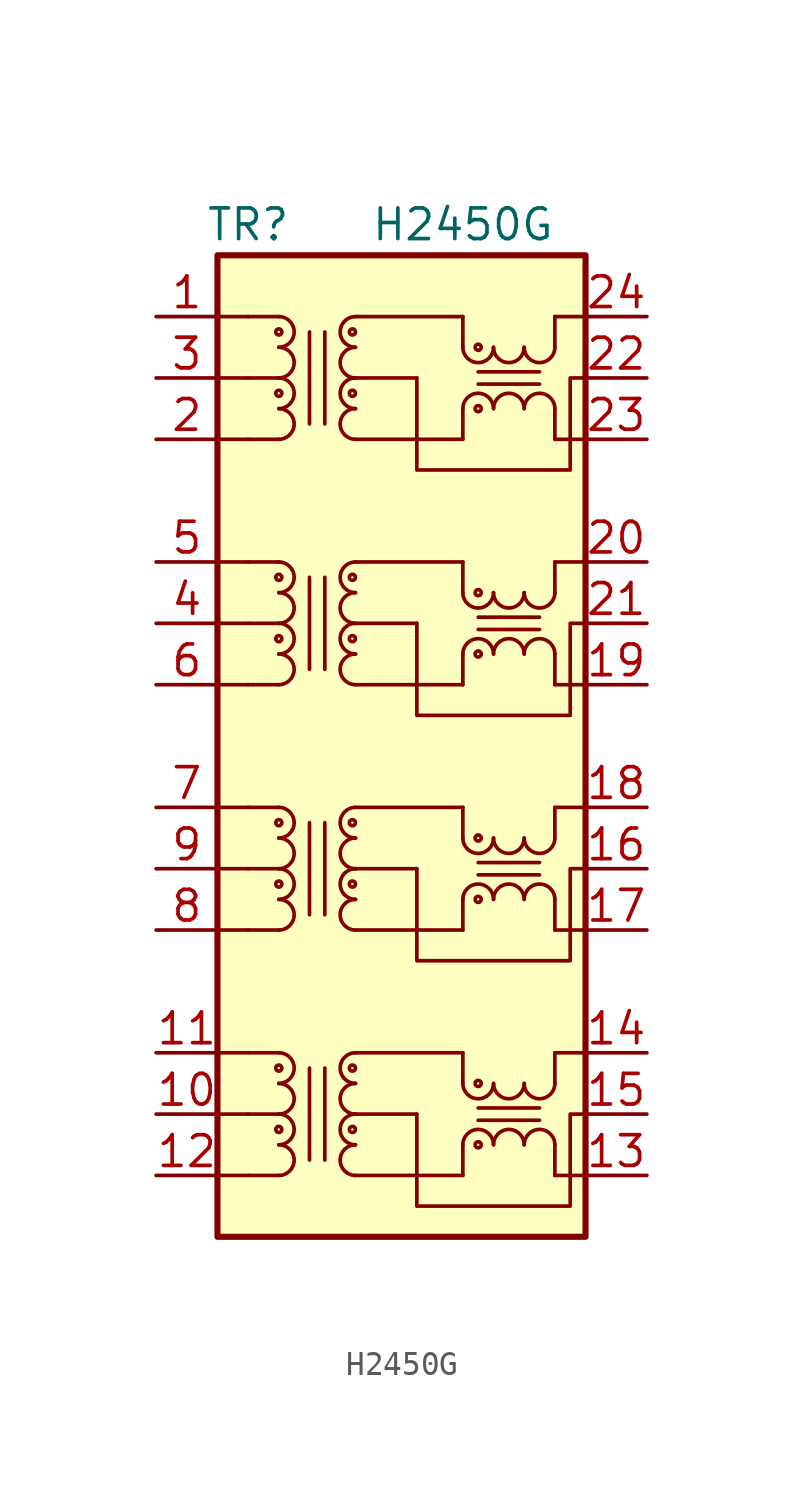
<source format=kicad_sym>
(kicad_symbol_lib
  (version 20211014)
  (generator kicad_symbol_editor)
  (symbol "H2450G"
    (pin_names
      (offset 1.016) hide)
    (property "Reference" "TR"
      (at -6.35 21.59 0)
      (effects (font (size 1.27 1.27))))
    (property "Value" "H2450G"
      (at 2.54 21.59 0)
      (effects (font (size 1.27 1.27))))
    (symbol "H2450G_0_1"
      (rectangle (start -7.62 20.32) (end 7.62 -20.32) (stroke (width 0.254) (type default) (color 0 0 0 0)) (fill (type background)))
      (polyline (pts (xy 2.54 -16.51) (xy 2.54 -17.78)) (stroke (width 0) (type default) (color 0 0 0 0)) (fill (type none)))
      (polyline (pts (xy 2.54 -12.7) (xy 2.54 -13.97)) (stroke (width 0) (type default) (color 0 0 0 0)) (fill (type none)))
      (polyline (pts (xy 2.54 -6.35) (xy 2.54 -7.62)) (stroke (width 0) (type default) (color 0 0 0 0)) (fill (type none)))
      (polyline (pts (xy 2.54 -2.54) (xy 2.54 -3.81)) (stroke (width 0) (type default) (color 0 0 0 0)) (fill (type none)))
      (polyline (pts (xy 2.54 3.81) (xy 2.54 2.54)) (stroke (width 0) (type default) (color 0 0 0 0)) (fill (type none)))
      (polyline (pts (xy 2.54 7.62) (xy 2.54 6.35)) (stroke (width 0) (type default) (color 0 0 0 0)) (fill (type none)))
      (polyline (pts (xy 2.54 13.97) (xy 2.54 12.7)) (stroke (width 0) (type default) (color 0 0 0 0)) (fill (type none)))
      (polyline (pts (xy 2.54 17.78) (xy 2.54 16.51)) (stroke (width 0) (type default) (color 0 0 0 0)) (fill (type none)))
      (polyline (pts (xy 6.35 -17.78) (xy 6.35 -16.51)) (stroke (width 0) (type default) (color 0 0 0 0)) (fill (type none)))
      (polyline (pts (xy 6.35 -13.97) (xy 6.35 -12.7)) (stroke (width 0) (type default) (color 0 0 0 0)) (fill (type none)))
      (polyline (pts (xy 6.35 -7.62) (xy 6.35 -6.35)) (stroke (width 0) (type default) (color 0 0 0 0)) (fill (type none)))
      (polyline (pts (xy 6.35 -3.81) (xy 6.35 -2.54)) (stroke (width 0) (type default) (color 0 0 0 0)) (fill (type none)))
      (polyline (pts (xy 6.35 2.54) (xy 6.35 3.81)) (stroke (width 0) (type default) (color 0 0 0 0)) (fill (type none)))
      (polyline (pts (xy 6.35 6.35) (xy 6.35 7.62)) (stroke (width 0) (type default) (color 0 0 0 0)) (fill (type none)))
      (polyline (pts (xy 6.35 12.7) (xy 6.35 13.97)) (stroke (width 0) (type default) (color 0 0 0 0)) (fill (type none)))
      (polyline (pts (xy 6.35 16.51) (xy 6.35 17.78)) (stroke (width 0) (type default) (color 0 0 0 0)) (fill (type none)))
      (polyline (pts (xy 7.62 15.24) (xy 7.62 15.24)) (stroke (width 0) (type default) (color 0 0 0 0)) (fill (type none)))
      (polyline (pts (xy 0.635 -15.24) (xy 0.635 -19.05) (xy 6.985 -19.05) (xy 6.985 -15.24) (xy 7.62 -15.24)) (stroke (width 0) (type default) (color 0 0 0 0)) (fill (type none)))
      (polyline (pts (xy 0.635 -5.08) (xy 0.635 -8.89) (xy 6.985 -8.89) (xy 6.985 -5.08) (xy 7.62 -5.08)) (stroke (width 0) (type default) (color 0 0 0 0)) (fill (type none)))
      (polyline (pts (xy 0.635 5.08) (xy 0.635 1.27) (xy 6.985 1.27) (xy 6.985 5.08) (xy 7.62 5.08)) (stroke (width 0) (type default) (color 0 0 0 0)) (fill (type none)))
      (polyline (pts (xy 0.635 15.24) (xy 0.635 11.43) (xy 6.985 11.43) (xy 6.985 15.24) (xy 7.62 15.24)) (stroke (width 0) (type default) (color 0 0 0 0)) (fill (type none)))
      (pin passive line (at -10.16 17.78 0) (length 2.54) (name "CT" (effects (font (size 1.27 1.27)))) (number "1" (effects (font (size 1.27 1.27)))))
      (pin passive line (at -10.16 -15.24 0) (length 2.54) (name "CT" (effects (font (size 1.27 1.27)))) (number "10" (effects (font (size 1.27 1.27)))))
      (pin passive line (at -10.16 -12.7 0) (length 2.54) (name "TD4+" (effects (font (size 1.27 1.27)))) (number "11" (effects (font (size 1.27 1.27)))))
      (pin passive line (at -10.16 -17.78 0) (length 2.54) (name "TD4-" (effects (font (size 1.27 1.27)))) (number "12" (effects (font (size 1.27 1.27)))))
      (pin passive line (at 10.16 -17.78 180) (length 2.54) (name "MX4-" (effects (font (size 1.27 1.27)))) (number "13" (effects (font (size 1.27 1.27)))))
      (pin passive line (at 10.16 -12.7 180) (length 2.54) (name "MX4+" (effects (font (size 1.27 1.27)))) (number "14" (effects (font (size 1.27 1.27)))))
      (pin passive line (at 10.16 -15.24 180) (length 2.54) (name "CT" (effects (font (size 1.27 1.27)))) (number "15" (effects (font (size 1.27 1.27)))))
      (pin passive line (at 10.16 -5.08 180) (length 2.54) (name "MX3-" (effects (font (size 1.27 1.27)))) (number "16" (effects (font (size 1.27 1.27)))))
      (pin passive line (at 10.16 -7.62 180) (length 2.54) (name "MX3+" (effects (font (size 1.27 1.27)))) (number "17" (effects (font (size 1.27 1.27)))))
      (pin passive line (at 10.16 -2.54 180) (length 2.54) (name "CT" (effects (font (size 1.27 1.27)))) (number "18" (effects (font (size 1.27 1.27)))))
      (pin passive line (at 10.16 2.54 180) (length 2.54) (name "MX2-" (effects (font (size 1.27 1.27)))) (number "19" (effects (font (size 1.27 1.27)))))
      (pin passive line (at -10.16 12.7 0) (length 2.54) (name "TD1+" (effects (font (size 1.27 1.27)))) (number "2" (effects (font (size 1.27 1.27)))))
      (pin passive line (at 10.16 7.62 180) (length 2.54) (name "MX2+" (effects (font (size 1.27 1.27)))) (number "20" (effects (font (size 1.27 1.27)))))
      (pin passive line (at 10.16 5.08 180) (length 2.54) (name "CT" (effects (font (size 1.27 1.27)))) (number "21" (effects (font (size 1.27 1.27)))))
      (pin passive line (at 10.16 15.24 180) (length 2.54) (name "MX1-" (effects (font (size 1.27 1.27)))) (number "22" (effects (font (size 1.27 1.27)))))
      (pin passive line (at 10.16 12.7 180) (length 2.54) (name "MX1+" (effects (font (size 1.27 1.27)))) (number "23" (effects (font (size 1.27 1.27)))))
      (pin passive line (at 10.16 17.78 180) (length 2.54) (name "CT" (effects (font (size 1.27 1.27)))) (number "24" (effects (font (size 1.27 1.27)))))
      (pin passive line (at -10.16 15.24 0) (length 2.54) (name "TD1-" (effects (font (size 1.27 1.27)))) (number "3" (effects (font (size 1.27 1.27)))))
      (pin passive line (at -10.16 5.08 0) (length 2.54) (name "CT" (effects (font (size 1.27 1.27)))) (number "4" (effects (font (size 1.27 1.27)))))
      (pin passive line (at -10.16 7.62 0) (length 2.54) (name "TD2+" (effects (font (size 1.27 1.27)))) (number "5" (effects (font (size 1.27 1.27)))))
      (pin passive line (at -10.16 2.54 0) (length 2.54) (name "TD2-" (effects (font (size 1.27 1.27)))) (number "6" (effects (font (size 1.27 1.27)))))
      (pin passive line (at -10.16 -2.54 0) (length 2.54) (name "CT" (effects (font (size 1.27 1.27)))) (number "7" (effects (font (size 1.27 1.27)))))
      (pin passive line (at -10.16 -7.62 0) (length 2.54) (name "TD3+" (effects (font (size 1.27 1.27)))) (number "8" (effects (font (size 1.27 1.27)))))
      (pin passive line (at -10.16 -5.08 0) (length 2.54) (name "TD3-" (effects (font (size 1.27 1.27)))) (number "9" (effects (font (size 1.27 1.27))))))
    (symbol "H2450G_1_1"
      (arc (start -5.08 -17.78) (mid -4.445 -17.145) (end -5.08 -16.51) (stroke (width 0) (type default) (color 0 0 0 0)) (fill (type none)))
      (arc (start -5.08 -16.51) (mid -4.445 -15.875) (end -5.08 -15.24) (stroke (width 0) (type default) (color 0 0 0 0)) (fill (type none)))
      (circle (center -5.08 -15.875) (radius 0.127) (stroke (width 0) (type default) (color 0 0 0 0)) (fill (type none)))
      (arc (start -5.08 -15.24) (mid -4.445 -14.605) (end -5.08 -13.97) (stroke (width 0) (type default) (color 0 0 0 0)) (fill (type none)))
      (arc (start -5.08 -13.97) (mid -4.445 -13.335) (end -5.08 -12.7) (stroke (width 0) (type default) (color 0 0 0 0)) (fill (type none)))
      (circle (center -5.08 -13.335) (radius 0.127) (stroke (width 0) (type default) (color 0 0 0 0)) (fill (type none)))
      (arc (start -5.08 -7.62) (mid -4.445 -6.985) (end -5.08 -6.35) (stroke (width 0) (type default) (color 0 0 0 0)) (fill (type none)))
      (arc (start -5.08 -6.35) (mid -4.445 -5.715) (end -5.08 -5.08) (stroke (width 0) (type default) (color 0 0 0 0)) (fill (type none)))
      (circle (center -5.08 -5.715) (radius 0.127) (stroke (width 0) (type default) (color 0 0 0 0)) (fill (type none)))
      (arc (start -5.08 -5.08) (mid -4.445 -4.445) (end -5.08 -3.81) (stroke (width 0) (type default) (color 0 0 0 0)) (fill (type none)))
      (arc (start -5.08 -3.81) (mid -4.445 -3.175) (end -5.08 -2.54) (stroke (width 0) (type default) (color 0 0 0 0)) (fill (type none)))
      (circle (center -5.08 -3.175) (radius 0.127) (stroke (width 0) (type default) (color 0 0 0 0)) (fill (type none)))
      (arc (start -5.08 2.54) (mid -4.445 3.175) (end -5.08 3.81) (stroke (width 0) (type default) (color 0 0 0 0)) (fill (type none)))
      (arc (start -5.08 3.81) (mid -4.445 4.445) (end -5.08 5.08) (stroke (width 0) (type default) (color 0 0 0 0)) (fill (type none)))
      (circle (center -5.08 4.445) (radius 0.127) (stroke (width 0) (type default) (color 0 0 0 0)) (fill (type none)))
      (arc (start -5.08 5.08) (mid -4.445 5.715) (end -5.08 6.35) (stroke (width 0) (type default) (color 0 0 0 0)) (fill (type none)))
      (arc (start -5.08 6.35) (mid -4.445 6.985) (end -5.08 7.62) (stroke (width 0) (type default) (color 0 0 0 0)) (fill (type none)))
      (circle (center -5.08 6.985) (radius 0.127) (stroke (width 0) (type default) (color 0 0 0 0)) (fill (type none)))
      (arc (start -5.08 12.7) (mid -4.445 13.335) (end -5.08 13.97) (stroke (width 0) (type default) (color 0 0 0 0)) (fill (type none)))
      (arc (start -5.08 13.97) (mid -4.445 14.605) (end -5.08 15.24) (stroke (width 0) (type default) (color 0 0 0 0)) (fill (type none)))
      (circle (center -5.08 14.605) (radius 0.127) (stroke (width 0) (type default) (color 0 0 0 0)) (fill (type none)))
      (arc (start -5.08 15.24) (mid -4.445 15.875) (end -5.08 16.51) (stroke (width 0) (type default) (color 0 0 0 0)) (fill (type none)))
      (arc (start -5.08 16.51) (mid -4.445 17.145) (end -5.08 17.78) (stroke (width 0) (type default) (color 0 0 0 0)) (fill (type none)))
      (circle (center -5.08 17.145) (radius 0.127) (stroke (width 0) (type default) (color 0 0 0 0)) (fill (type none)))
      (circle (center -2.032 -15.875) (radius 0.127) (stroke (width 0) (type default) (color 0 0 0 0)) (fill (type none)))
      (circle (center -2.032 -13.335) (radius 0.127) (stroke (width 0) (type default) (color 0 0 0 0)) (fill (type none)))
      (circle (center -2.032 -5.715) (radius 0.127) (stroke (width 0) (type default) (color 0 0 0 0)) (fill (type none)))
      (circle (center -2.032 -3.175) (radius 0.127) (stroke (width 0) (type default) (color 0 0 0 0)) (fill (type none)))
      (circle (center -2.032 4.445) (radius 0.127) (stroke (width 0) (type default) (color 0 0 0 0)) (fill (type none)))
      (circle (center -2.032 6.985) (radius 0.127) (stroke (width 0) (type default) (color 0 0 0 0)) (fill (type none)))
      (circle (center -2.032 14.605) (radius 0.127) (stroke (width 0) (type default) (color 0 0 0 0)) (fill (type none)))
      (circle (center -2.032 17.145) (radius 0.127) (stroke (width 0) (type default) (color 0 0 0 0)) (fill (type none)))
      (arc (start -1.905 -16.51) (mid -2.54 -17.145) (end -1.905 -17.78) (stroke (width 0) (type default) (color 0 0 0 0)) (fill (type none)))
      (arc (start -1.905 -15.24) (mid -2.54 -15.875) (end -1.905 -16.51) (stroke (width 0) (type default) (color 0 0 0 0)) (fill (type none)))
      (arc (start -1.905 -13.97) (mid -2.54 -14.605) (end -1.905 -15.24) (stroke (width 0) (type default) (color 0 0 0 0)) (fill (type none)))
      (arc (start -1.905 -12.7) (mid -2.54 -13.335) (end -1.905 -13.97) (stroke (width 0) (type default) (color 0 0 0 0)) (fill (type none)))
      (arc (start -1.905 -6.35) (mid -2.54 -6.985) (end -1.905 -7.62) (stroke (width 0) (type default) (color 0 0 0 0)) (fill (type none)))
      (arc (start -1.905 -5.08) (mid -2.54 -5.715) (end -1.905 -6.35) (stroke (width 0) (type default) (color 0 0 0 0)) (fill (type none)))
      (arc (start -1.905 -3.81) (mid -2.54 -4.445) (end -1.905 -5.08) (stroke (width 0) (type default) (color 0 0 0 0)) (fill (type none)))
      (arc (start -1.905 -2.54) (mid -2.54 -3.175) (end -1.905 -3.81) (stroke (width 0) (type default) (color 0 0 0 0)) (fill (type none)))
      (arc (start -1.905 3.81) (mid -2.54 3.175) (end -1.905 2.54) (stroke (width 0) (type default) (color 0 0 0 0)) (fill (type none)))
      (arc (start -1.905 5.08) (mid -2.54 4.445) (end -1.905 3.81) (stroke (width 0) (type default) (color 0 0 0 0)) (fill (type none)))
      (arc (start -1.905 6.35) (mid -2.54 5.715) (end -1.905 5.08) (stroke (width 0) (type default) (color 0 0 0 0)) (fill (type none)))
      (arc (start -1.905 7.62) (mid -2.54 6.985) (end -1.905 6.35) (stroke (width 0) (type default) (color 0 0 0 0)) (fill (type none)))
      (arc (start -1.905 13.97) (mid -2.54 13.335) (end -1.905 12.7) (stroke (width 0) (type default) (color 0 0 0 0)) (fill (type none)))
      (arc (start -1.905 15.24) (mid -2.54 14.605) (end -1.905 13.97) (stroke (width 0) (type default) (color 0 0 0 0)) (fill (type none)))
      (arc (start -1.905 16.51) (mid -2.54 15.875) (end -1.905 15.24) (stroke (width 0) (type default) (color 0 0 0 0)) (fill (type none)))
      (arc (start -1.905 17.78) (mid -2.54 17.145) (end -1.905 16.51) (stroke (width 0) (type default) (color 0 0 0 0)) (fill (type none)))
      (polyline (pts (xy -7.62 -17.78) (xy -6.35 -17.78)) (stroke (width 0) (type default) (color 0 0 0 0)) (fill (type none)))
      (polyline (pts (xy -7.62 -15.24) (xy -6.35 -15.24)) (stroke (width 0) (type default) (color 0 0 0 0)) (fill (type none)))
      (polyline (pts (xy -7.62 -12.7) (xy -6.35 -12.7)) (stroke (width 0) (type default) (color 0 0 0 0)) (fill (type none)))
      (polyline (pts (xy -7.62 -7.62) (xy -6.35 -7.62)) (stroke (width 0) (type default) (color 0 0 0 0)) (fill (type none)))
      (polyline (pts (xy -7.62 -5.08) (xy -6.35 -5.08)) (stroke (width 0) (type default) (color 0 0 0 0)) (fill (type none)))
      (polyline (pts (xy -7.62 -2.54) (xy -6.35 -2.54)) (stroke (width 0) (type default) (color 0 0 0 0)) (fill (type none)))
      (polyline (pts (xy -7.62 2.54) (xy -6.35 2.54)) (stroke (width 0) (type default) (color 0 0 0 0)) (fill (type none)))
      (polyline (pts (xy -7.62 5.08) (xy -6.35 5.08)) (stroke (width 0) (type default) (color 0 0 0 0)) (fill (type none)))
      (polyline (pts (xy -7.62 7.62) (xy -6.35 7.62)) (stroke (width 0) (type default) (color 0 0 0 0)) (fill (type none)))
      (polyline (pts (xy -7.62 12.7) (xy -6.35 12.7)) (stroke (width 0) (type default) (color 0 0 0 0)) (fill (type none)))
      (polyline (pts (xy -7.62 15.24) (xy -6.35 15.24)) (stroke (width 0) (type default) (color 0 0 0 0)) (fill (type none)))
      (polyline (pts (xy -7.62 17.78) (xy -6.35 17.78)) (stroke (width 0) (type default) (color 0 0 0 0)) (fill (type none)))
      (polyline (pts (xy -6.35 -17.78) (xy -5.08 -17.78)) (stroke (width 0) (type default) (color 0 0 0 0)) (fill (type none)))
      (polyline (pts (xy -6.35 -15.24) (xy -5.08 -15.24)) (stroke (width 0) (type default) (color 0 0 0 0)) (fill (type none)))
      (polyline (pts (xy -6.35 -12.7) (xy -5.08 -12.7)) (stroke (width 0) (type default) (color 0 0 0 0)) (fill (type none)))
      (polyline (pts (xy -6.35 -7.62) (xy -5.08 -7.62)) (stroke (width 0) (type default) (color 0 0 0 0)) (fill (type none)))
      (polyline (pts (xy -6.35 -5.08) (xy -5.08 -5.08)) (stroke (width 0) (type default) (color 0 0 0 0)) (fill (type none)))
      (polyline (pts (xy -6.35 -2.54) (xy -5.08 -2.54)) (stroke (width 0) (type default) (color 0 0 0 0)) (fill (type none)))
      (polyline (pts (xy -6.35 2.54) (xy -5.08 2.54)) (stroke (width 0) (type default) (color 0 0 0 0)) (fill (type none)))
      (polyline (pts (xy -6.35 5.08) (xy -5.08 5.08)) (stroke (width 0) (type default) (color 0 0 0 0)) (fill (type none)))
      (polyline (pts (xy -6.35 7.62) (xy -5.08 7.62)) (stroke (width 0) (type default) (color 0 0 0 0)) (fill (type none)))
      (polyline (pts (xy -6.35 12.7) (xy -5.08 12.7)) (stroke (width 0) (type default) (color 0 0 0 0)) (fill (type none)))
      (polyline (pts (xy -6.35 15.24) (xy -5.08 15.24)) (stroke (width 0) (type default) (color 0 0 0 0)) (fill (type none)))
      (polyline (pts (xy -6.35 17.78) (xy -5.08 17.78)) (stroke (width 0) (type default) (color 0 0 0 0)) (fill (type none)))
      (polyline (pts (xy -3.81 -17.145) (xy -3.81 -13.335)) (stroke (width 0) (type default) (color 0 0 0 0)) (fill (type none)))
      (polyline (pts (xy -3.81 -6.985) (xy -3.81 -3.175)) (stroke (width 0) (type default) (color 0 0 0 0)) (fill (type none)))
      (polyline (pts (xy -3.81 3.175) (xy -3.81 6.985)) (stroke (width 0) (type default) (color 0 0 0 0)) (fill (type none)))
      (polyline (pts (xy -3.81 13.335) (xy -3.81 17.145)) (stroke (width 0) (type default) (color 0 0 0 0)) (fill (type none)))
      (polyline (pts (xy -3.175 -17.145) (xy -3.175 -13.335)) (stroke (width 0) (type default) (color 0 0 0 0)) (fill (type none)))
      (polyline (pts (xy -3.175 -6.985) (xy -3.175 -3.175)) (stroke (width 0) (type default) (color 0 0 0 0)) (fill (type none)))
      (polyline (pts (xy -3.175 3.175) (xy -3.175 6.985)) (stroke (width 0) (type default) (color 0 0 0 0)) (fill (type none)))
      (polyline (pts (xy -3.175 13.335) (xy -3.175 17.145)) (stroke (width 0) (type default) (color 0 0 0 0)) (fill (type none)))
      (polyline (pts (xy 0.635 -15.24) (xy -1.905 -15.24)) (stroke (width 0) (type default) (color 0 0 0 0)) (fill (type none)))
      (polyline (pts (xy 0.635 -5.08) (xy -1.905 -5.08)) (stroke (width 0) (type default) (color 0 0 0 0)) (fill (type none)))
      (polyline (pts (xy 0.635 5.08) (xy -1.905 5.08)) (stroke (width 0) (type default) (color 0 0 0 0)) (fill (type none)))
      (polyline (pts (xy 0.635 15.24) (xy -1.905 15.24)) (stroke (width 0) (type default) (color 0 0 0 0)) (fill (type none)))
      (polyline (pts (xy 2.54 -17.78) (xy -1.905 -17.78)) (stroke (width 0) (type default) (color 0 0 0 0)) (fill (type none)))
      (polyline (pts (xy 2.54 -12.7) (xy -1.905 -12.7)) (stroke (width 0) (type default) (color 0 0 0 0)) (fill (type none)))
      (polyline (pts (xy 2.54 -7.62) (xy -1.905 -7.62)) (stroke (width 0) (type default) (color 0 0 0 0)) (fill (type none)))
      (polyline (pts (xy 2.54 -2.54) (xy -1.905 -2.54)) (stroke (width 0) (type default) (color 0 0 0 0)) (fill (type none)))
      (polyline (pts (xy 2.54 2.54) (xy -1.905 2.54)) (stroke (width 0) (type default) (color 0 0 0 0)) (fill (type none)))
      (polyline (pts (xy 2.54 7.62) (xy -1.905 7.62)) (stroke (width 0) (type default) (color 0 0 0 0)) (fill (type none)))
      (polyline (pts (xy 2.54 12.7) (xy -1.905 12.7)) (stroke (width 0) (type default) (color 0 0 0 0)) (fill (type none)))
      (polyline (pts (xy 2.54 17.78) (xy -1.905 17.78)) (stroke (width 0) (type default) (color 0 0 0 0)) (fill (type none)))
      (polyline (pts (xy 5.715 -15.494) (xy 3.175 -15.494)) (stroke (width 0) (type default) (color 0 0 0 0)) (fill (type none)))
      (polyline (pts (xy 5.715 -14.986) (xy 3.175 -14.986)) (stroke (width 0) (type default) (color 0 0 0 0)) (fill (type none)))
      (polyline (pts (xy 5.715 -5.334) (xy 3.175 -5.334)) (stroke (width 0) (type default) (color 0 0 0 0)) (fill (type none)))
      (polyline (pts (xy 5.715 -4.826) (xy 3.175 -4.826)) (stroke (width 0) (type default) (color 0 0 0 0)) (fill (type none)))
      (polyline (pts (xy 5.715 4.826) (xy 3.175 4.826)) (stroke (width 0) (type default) (color 0 0 0 0)) (fill (type none)))
      (polyline (pts (xy 5.715 5.334) (xy 3.175 5.334)) (stroke (width 0) (type default) (color 0 0 0 0)) (fill (type none)))
      (polyline (pts (xy 5.715 14.986) (xy 3.175 14.986)) (stroke (width 0) (type default) (color 0 0 0 0)) (fill (type none)))
      (polyline (pts (xy 5.715 15.494) (xy 3.175 15.494)) (stroke (width 0) (type default) (color 0 0 0 0)) (fill (type none)))
      (polyline (pts (xy 7.62 -17.78) (xy 6.35 -17.78)) (stroke (width 0) (type default) (color 0 0 0 0)) (fill (type none)))
      (polyline (pts (xy 7.62 -12.7) (xy 6.35 -12.7)) (stroke (width 0) (type default) (color 0 0 0 0)) (fill (type none)))
      (polyline (pts (xy 7.62 -7.62) (xy 6.35 -7.62)) (stroke (width 0) (type default) (color 0 0 0 0)) (fill (type none)))
      (polyline (pts (xy 7.62 -2.54) (xy 6.35 -2.54)) (stroke (width 0) (type default) (color 0 0 0 0)) (fill (type none)))
      (polyline (pts (xy 7.62 2.54) (xy 6.35 2.54)) (stroke (width 0) (type default) (color 0 0 0 0)) (fill (type none)))
      (polyline (pts (xy 7.62 7.62) (xy 6.35 7.62)) (stroke (width 0) (type default) (color 0 0 0 0)) (fill (type none)))
      (polyline (pts (xy 7.62 12.7) (xy 6.35 12.7)) (stroke (width 0) (type default) (color 0 0 0 0)) (fill (type none)))
      (polyline (pts (xy 7.62 17.78) (xy 6.35 17.78)) (stroke (width 0) (type default) (color 0 0 0 0)) (fill (type none)))
      (arc (start 2.54 -13.97) (mid 3.175 -14.605) (end 3.81 -13.97) (stroke (width 0) (type default) (color 0 0 0 0)) (fill (type none)))
      (arc (start 2.54 -3.81) (mid 3.175 -4.445) (end 3.81 -3.81) (stroke (width 0) (type default) (color 0 0 0 0)) (fill (type none)))
      (arc (start 2.54 6.35) (mid 3.175 5.715) (end 3.81 6.35) (stroke (width 0) (type default) (color 0 0 0 0)) (fill (type none)))
      (arc (start 2.54 16.51) (mid 3.175 15.875) (end 3.81 16.51) (stroke (width 0) (type default) (color 0 0 0 0)) (fill (type none)))
      (circle (center 3.175 -16.51) (radius 0.127) (stroke (width 0) (type default) (color 0 0 0 0)) (fill (type none)))
      (circle (center 3.175 -13.97) (radius 0.127) (stroke (width 0) (type default) (color 0 0 0 0)) (fill (type none)))
      (circle (center 3.175 -6.35) (radius 0.127) (stroke (width 0) (type default) (color 0 0 0 0)) (fill (type none)))
      (circle (center 3.175 -3.81) (radius 0.127) (stroke (width 0) (type default) (color 0 0 0 0)) (fill (type none)))
      (circle (center 3.175 3.81) (radius 0.127) (stroke (width 0) (type default) (color 0 0 0 0)) (fill (type none)))
      (circle (center 3.175 6.35) (radius 0.127) (stroke (width 0) (type default) (color 0 0 0 0)) (fill (type none)))
      (circle (center 3.175 13.97) (radius 0.127) (stroke (width 0) (type default) (color 0 0 0 0)) (fill (type none)))
      (circle (center 3.175 16.51) (radius 0.127) (stroke (width 0) (type default) (color 0 0 0 0)) (fill (type none)))
      (arc (start 3.81 -16.51) (mid 3.175 -15.875) (end 2.54 -16.51) (stroke (width 0) (type default) (color 0 0 0 0)) (fill (type none)))
      (arc (start 3.81 -13.97) (mid 4.445 -14.605) (end 5.08 -13.97) (stroke (width 0) (type default) (color 0 0 0 0)) (fill (type none)))
      (arc (start 3.81 -6.35) (mid 3.175 -5.715) (end 2.54 -6.35) (stroke (width 0) (type default) (color 0 0 0 0)) (fill (type none)))
      (arc (start 3.81 -3.81) (mid 4.445 -4.445) (end 5.08 -3.81) (stroke (width 0) (type default) (color 0 0 0 0)) (fill (type none)))
      (arc (start 3.81 3.81) (mid 3.175 4.445) (end 2.54 3.81) (stroke (width 0) (type default) (color 0 0 0 0)) (fill (type none)))
      (arc (start 3.81 6.35) (mid 4.445 5.715) (end 5.08 6.35) (stroke (width 0) (type default) (color 0 0 0 0)) (fill (type none)))
      (arc (start 3.81 13.97) (mid 3.175 14.605) (end 2.54 13.97) (stroke (width 0) (type default) (color 0 0 0 0)) (fill (type none)))
      (arc (start 3.81 16.51) (mid 4.445 15.875) (end 5.08 16.51) (stroke (width 0) (type default) (color 0 0 0 0)) (fill (type none)))
      (arc (start 5.08 -16.51) (mid 4.445 -15.875) (end 3.81 -16.51) (stroke (width 0) (type default) (color 0 0 0 0)) (fill (type none)))
      (arc (start 5.08 -13.97) (mid 5.715 -14.605) (end 6.35 -13.97) (stroke (width 0) (type default) (color 0 0 0 0)) (fill (type none)))
      (arc (start 5.08 -6.35) (mid 4.445 -5.715) (end 3.81 -6.35) (stroke (width 0) (type default) (color 0 0 0 0)) (fill (type none)))
      (arc (start 5.08 -3.81) (mid 5.715 -4.445) (end 6.35 -3.81) (stroke (width 0) (type default) (color 0 0 0 0)) (fill (type none)))
      (arc (start 5.08 3.81) (mid 4.445 4.445) (end 3.81 3.81) (stroke (width 0) (type default) (color 0 0 0 0)) (fill (type none)))
      (arc (start 5.08 6.35) (mid 5.715 5.715) (end 6.35 6.35) (stroke (width 0) (type default) (color 0 0 0 0)) (fill (type none)))
      (arc (start 5.08 13.97) (mid 4.445 14.605) (end 3.81 13.97) (stroke (width 0) (type default) (color 0 0 0 0)) (fill (type none)))
      (arc (start 5.08 16.51) (mid 5.715 15.875) (end 6.35 16.51) (stroke (width 0) (type default) (color 0 0 0 0)) (fill (type none)))
      (arc (start 6.35 -16.51) (mid 5.715 -15.875) (end 5.08 -16.51) (stroke (width 0) (type default) (color 0 0 0 0)) (fill (type none)))
      (arc (start 6.35 -6.35) (mid 5.715 -5.715) (end 5.08 -6.35) (stroke (width 0) (type default) (color 0 0 0 0)) (fill (type none)))
      (arc (start 6.35 3.81) (mid 5.715 4.445) (end 5.08 3.81) (stroke (width 0) (type default) (color 0 0 0 0)) (fill (type none)))
      (arc (start 6.35 13.97) (mid 5.715 14.605) (end 5.08 13.97) (stroke (width 0) (type default) (color 0 0 0 0)) (fill (type none))))))
</source>
